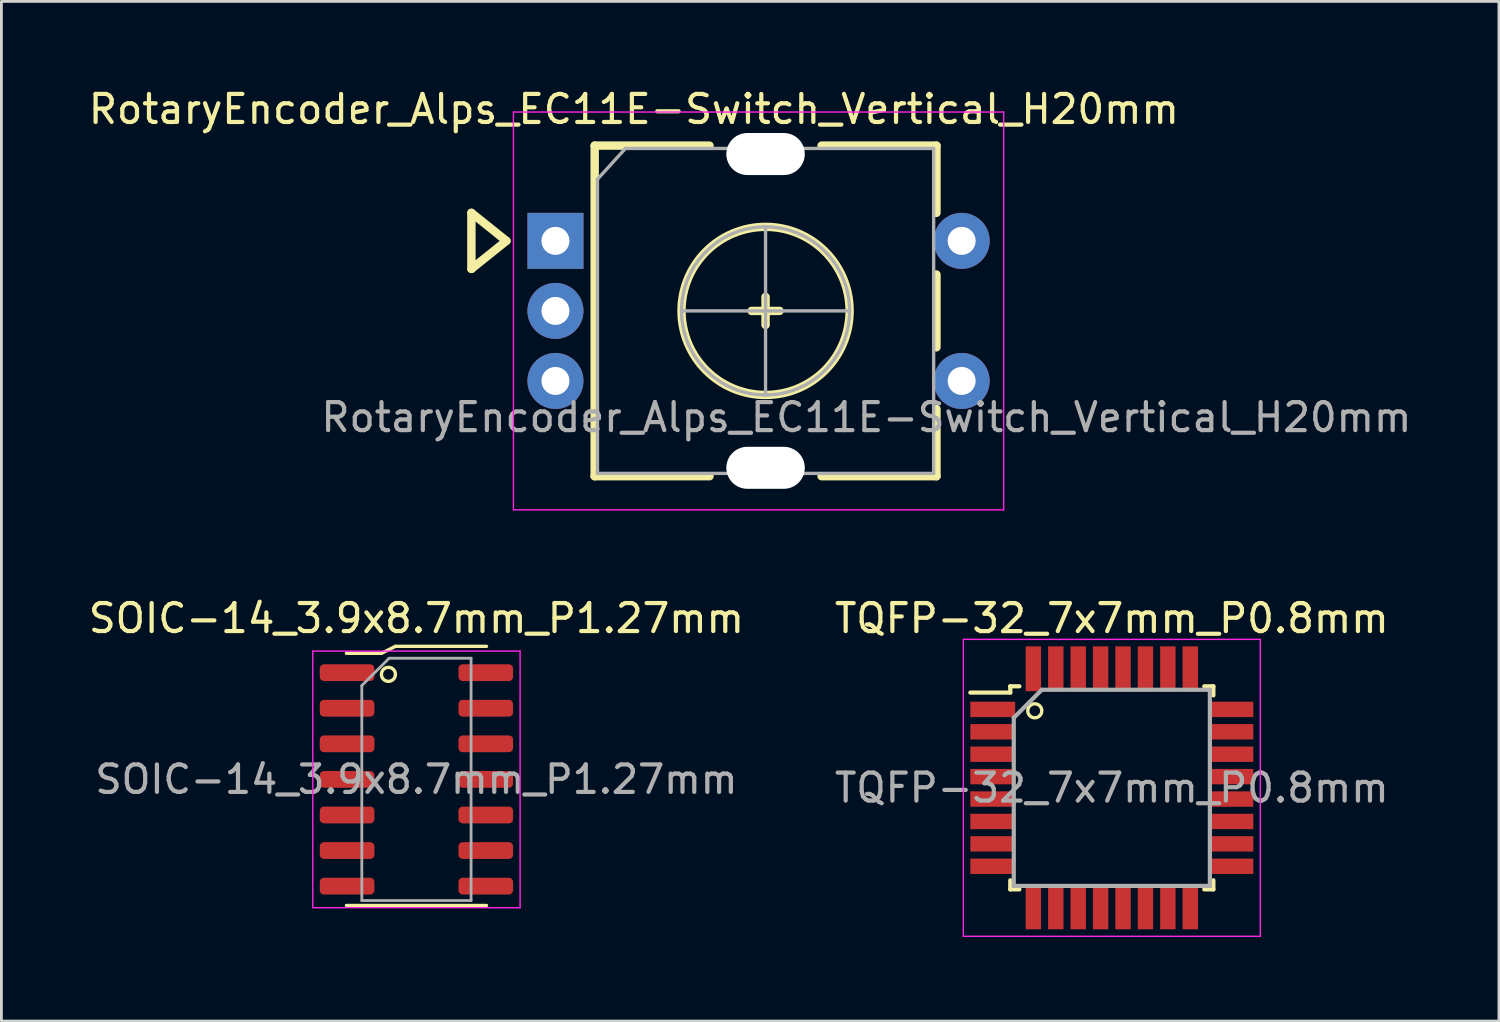
<source format=kicad_pcb>
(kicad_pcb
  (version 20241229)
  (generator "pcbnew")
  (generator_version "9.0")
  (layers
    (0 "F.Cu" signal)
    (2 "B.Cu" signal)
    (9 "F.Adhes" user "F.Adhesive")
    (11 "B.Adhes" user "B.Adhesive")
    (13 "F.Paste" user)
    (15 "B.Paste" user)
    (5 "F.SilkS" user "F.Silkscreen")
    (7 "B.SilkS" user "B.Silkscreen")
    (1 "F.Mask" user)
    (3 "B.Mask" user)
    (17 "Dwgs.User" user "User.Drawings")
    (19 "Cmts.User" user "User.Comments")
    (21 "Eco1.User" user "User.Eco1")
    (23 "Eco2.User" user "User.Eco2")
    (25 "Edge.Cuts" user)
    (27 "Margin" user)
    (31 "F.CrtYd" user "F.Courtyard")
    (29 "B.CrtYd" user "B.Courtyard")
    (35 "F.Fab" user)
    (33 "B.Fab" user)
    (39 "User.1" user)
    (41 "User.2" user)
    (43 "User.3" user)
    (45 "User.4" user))
  (footprint "RotaryEncoder_Alps_EC11E-Switch_Vertical_H20mm"
    (layer "F.Cu")
    (at 16.777 5.548)
    (property "Reference" "RotaryEncoder_Alps_EC11E-Switch_Vertical_H20mm" (at 2.8 -4.7 0) (layer "F.SilkS") (effects (font (size 1 1) (thickness 0.15))))
    (attr through_hole)
    (fp_line (start -3 -1) (end -1.75 0) (stroke (width 0.3) (type solid)) (layer "F.SilkS"))
    (fp_line (start -3 1) (end -3 -1) (stroke (width 0.3) (type solid)) (layer "F.SilkS"))
    (fp_line (start -1.75 0) (end -3 1) (stroke (width 0.3) (type solid)) (layer "F.SilkS"))
    (fp_line (start 1.4 -3.4) (end 1.4 8.4) (stroke (width 0.3) (type solid)) (layer "F.SilkS"))
    (fp_line (start 5.5 -3.4) (end 1.4 -3.4) (stroke (width 0.3) (type solid)) (layer "F.SilkS"))
    (fp_line (start 5.5 8.4) (end 1.4 8.4) (stroke (width 0.3) (type solid)) (layer "F.SilkS"))
    (fp_line (start 7 2.5) (end 8 2.5) (stroke (width 0.3) (type solid)) (layer "F.SilkS"))
    (fp_line (start 7.5 2) (end 7.5 3) (stroke (width 0.3) (type solid)) (layer "F.SilkS"))
    (fp_line (start 9.5 -3.4) (end 13.6 -3.4) (stroke (width 0.3) (type solid)) (layer "F.SilkS"))
    (fp_line (start 13.6 -3.4) (end 13.6 -1) (stroke (width 0.3) (type solid)) (layer "F.SilkS"))
    (fp_line (start 13.6 1.2) (end 13.6 3.8) (stroke (width 0.3) (type solid)) (layer "F.SilkS"))
    (fp_line (start 13.6 6) (end 13.6 8.4) (stroke (width 0.3) (type solid)) (layer "F.SilkS"))
    (fp_line (start 13.6 8.4) (end 9.5 8.4) (stroke (width 0.3) (type solid)) (layer "F.SilkS"))
    (fp_circle (center 7.5 2.5) (end 10.5 2.5) (stroke (width 0.3) (type solid)) (fill no) (layer "F.SilkS"))
    (fp_line (start -1.5 -4.6) (end -1.5 9.6) (stroke (width 0.05) (type solid)) (layer "F.CrtYd"))
    (fp_line (start -1.5 -4.6) (end 16 -4.6) (stroke (width 0.05) (type solid)) (layer "F.CrtYd"))
    (fp_line (start 16 9.6) (end -1.5 9.6) (stroke (width 0.05) (type solid)) (layer "F.CrtYd"))
    (fp_line (start 16 9.6) (end 16 -4.6) (stroke (width 0.05) (type solid)) (layer "F.CrtYd"))
    (fp_line (start 1.5 -2.2) (end 2.5 -3.3) (stroke (width 0.12) (type solid)) (layer "F.Fab"))
    (fp_line (start 1.5 8.3) (end 1.5 -2.2) (stroke (width 0.12) (type solid)) (layer "F.Fab"))
    (fp_line (start 2.5 -3.3) (end 13.5 -3.3) (stroke (width 0.12) (type solid)) (layer "F.Fab"))
    (fp_line (start 4.5 2.5) (end 10.5 2.5) (stroke (width 0.12) (type solid)) (layer "F.Fab"))
    (fp_line (start 7.5 -0.5) (end 7.5 5.5) (stroke (width 0.12) (type solid)) (layer "F.Fab"))
    (fp_line (start 13.5 -3.3) (end 13.5 8.3) (stroke (width 0.12) (type solid)) (layer "F.Fab"))
    (fp_line (start 13.5 8.3) (end 1.5 8.3) (stroke (width 0.12) (type solid)) (layer "F.Fab"))
    (fp_circle (center 7.5 2.5) (end 10.5 2.5) (stroke (width 0.12) (type solid)) (fill no) (layer "F.Fab"))
    (fp_text user "${REFERENCE}" (at 11.1 6.3 0) (layer "F.Fab") (effects (font (size 1 1) (thickness 0.15))))
    (pad "" np_thru_hole oval (at 7.5 -3.1) (size 2.8 1.5) (drill oval 2.8 1.5) (layers "*.Cu" "*.Mask"))
    (pad "" np_thru_hole oval (at 7.5 8.1) (size 2.8 1.5) (drill oval 2.8 1.5) (layers "*.Cu" "*.Mask"))
    (pad "1" thru_hole circle (at 14.5 0) (size 2 2) (drill 1) (layers "*.Cu" "*.Mask"))
    (pad "2" thru_hole circle (at 14.5 5) (size 2 2) (drill 1) (layers "*.Cu" "*.Mask"))
    (pad "A" thru_hole rect (at 0 0) (size 2 2) (drill 1) (layers "*.Cu" "*.Mask"))
    (pad "B" thru_hole circle (at 0 5) (size 2 2) (drill 1) (layers "*.Cu" "*.Mask"))
    (pad "C" thru_hole circle (at 0 2.5) (size 2 2) (drill 1) (layers "*.Cu" "*.Mask")))
  (footprint "SOIC-14_3.9x8.7mm_P1.27mm"
    (layer "F.Cu")
    (at 11.815 24.771)
    (property "Reference" "SOIC-14_3.9x8.7mm_P1.27mm" (at 0 -5.75 0) (layer "F.SilkS") (effects (font (size 1 1) (thickness 0.15))))
    (attr smd)
    (fp_line (start -2.5 -4.5) (end -1.25 -4.5) (stroke (width 0.12) (type solid)) (layer "F.SilkS"))
    (fp_line (start -2.5 4.5) (end 2.5 4.5) (stroke (width 0.12) (type solid)) (layer "F.SilkS"))
    (fp_line (start -1.25 -4.5) (end -0.75 -4.75) (stroke (width 0.12) (type solid)) (layer "F.SilkS"))
    (fp_line (start -0.75 -4.75) (end 2.5 -4.75) (stroke (width 0.12) (type solid)) (layer "F.SilkS"))
    (fp_circle (center -1 -3.75) (end -0.75 -3.75) (stroke (width 0.12) (type solid)) (fill no) (layer "F.SilkS"))
    (fp_line (start -3.7 -4.58) (end -3.7 4.58) (stroke (width 0.05) (type solid)) (layer "F.CrtYd"))
    (fp_line (start -3.7 4.58) (end 3.7 4.58) (stroke (width 0.05) (type solid)) (layer "F.CrtYd"))
    (fp_line (start 3.7 -4.58) (end -3.7 -4.58) (stroke (width 0.05) (type solid)) (layer "F.CrtYd"))
    (fp_line (start 3.7 4.58) (end 3.7 -4.58) (stroke (width 0.05) (type solid)) (layer "F.CrtYd"))
    (fp_line (start -1.95 -3.35) (end -0.975 -4.325) (stroke (width 0.1) (type solid)) (layer "F.Fab"))
    (fp_line (start -1.95 4.325) (end -1.95 -3.35) (stroke (width 0.1) (type solid)) (layer "F.Fab"))
    (fp_line (start -0.975 -4.325) (end 1.95 -4.325) (stroke (width 0.1) (type solid)) (layer "F.Fab"))
    (fp_line (start 1.95 -4.325) (end 1.95 4.325) (stroke (width 0.1) (type solid)) (layer "F.Fab"))
    (fp_line (start 1.95 4.325) (end -1.95 4.325) (stroke (width 0.1) (type solid)) (layer "F.Fab"))
    (fp_text user "${REFERENCE}" (at 0 0 0) (layer "F.Fab") (effects (font (size 0.98 0.98) (thickness 0.15))))
    (pad "1" smd roundrect (at -2.475 -3.81) (size 1.95 0.6) (layers "F.Cu" "F.Mask" "F.Paste") (roundrect_rratio 0.25))
    (pad "2" smd roundrect (at -2.475 -2.54) (size 1.95 0.6) (layers "F.Cu" "F.Mask" "F.Paste") (roundrect_rratio 0.25))
    (pad "3" smd roundrect (at -2.475 -1.27) (size 1.95 0.6) (layers "F.Cu" "F.Mask" "F.Paste") (roundrect_rratio 0.25))
    (pad "4" smd roundrect (at -2.475 0) (size 1.95 0.6) (layers "F.Cu" "F.Mask" "F.Paste") (roundrect_rratio 0.25))
    (pad "5" smd roundrect (at -2.475 1.27) (size 1.95 0.6) (layers "F.Cu" "F.Mask" "F.Paste") (roundrect_rratio 0.25))
    (pad "6" smd roundrect (at -2.475 2.54) (size 1.95 0.6) (layers "F.Cu" "F.Mask" "F.Paste") (roundrect_rratio 0.25))
    (pad "7" smd roundrect (at -2.475 3.81) (size 1.95 0.6) (layers "F.Cu" "F.Mask" "F.Paste") (roundrect_rratio 0.25))
    (pad "8" smd roundrect (at 2.475 3.81) (size 1.95 0.6) (layers "F.Cu" "F.Mask" "F.Paste") (roundrect_rratio 0.25))
    (pad "9" smd roundrect (at 2.475 2.54) (size 1.95 0.6) (layers "F.Cu" "F.Mask" "F.Paste") (roundrect_rratio 0.25))
    (pad "10" smd roundrect (at 2.475 1.27) (size 1.95 0.6) (layers "F.Cu" "F.Mask" "F.Paste") (roundrect_rratio 0.25))
    (pad "11" smd roundrect (at 2.475 0) (size 1.95 0.6) (layers "F.Cu" "F.Mask" "F.Paste") (roundrect_rratio 0.25))
    (pad "12" smd roundrect (at 2.475 -1.27) (size 1.95 0.6) (layers "F.Cu" "F.Mask" "F.Paste") (roundrect_rratio 0.25))
    (pad "13" smd roundrect (at 2.475 -2.54) (size 1.95 0.6) (layers "F.Cu" "F.Mask" "F.Paste") (roundrect_rratio 0.25))
    (pad "14" smd roundrect (at 2.475 -3.81) (size 1.95 0.6) (layers "F.Cu" "F.Mask" "F.Paste") (roundrect_rratio 0.25)))
  (footprint "TQFP-32_7x7mm_P0.8mm"
    (layer "F.Cu")
    (at 36.637 25.072)
    (property "Reference" "TQFP-32_7x7mm_P0.8mm" (at 0 -6.05 0) (layer "F.SilkS") (effects (font (size 1 1) (thickness 0.15))))
    (attr smd)
    (fp_line (start -3.625 -3.625) (end -3.625 -3.4) (stroke (width 0.15) (type solid)) (layer "F.SilkS"))
    (fp_line (start -3.625 -3.625) (end -3.3 -3.625) (stroke (width 0.15) (type solid)) (layer "F.SilkS"))
    (fp_line (start -3.625 -3.4) (end -5.05 -3.4) (stroke (width 0.15) (type solid)) (layer "F.SilkS"))
    (fp_line (start -3.625 3.625) (end -3.625 3.3) (stroke (width 0.15) (type solid)) (layer "F.SilkS"))
    (fp_line (start -3.625 3.625) (end -3.3 3.625) (stroke (width 0.15) (type solid)) (layer "F.SilkS"))
    (fp_line (start 3.625 -3.625) (end 3.3 -3.625) (stroke (width 0.15) (type solid)) (layer "F.SilkS"))
    (fp_line (start 3.625 -3.625) (end 3.625 -3.3) (stroke (width 0.15) (type solid)) (layer "F.SilkS"))
    (fp_line (start 3.625 3.625) (end 3.3 3.625) (stroke (width 0.15) (type solid)) (layer "F.SilkS"))
    (fp_line (start 3.625 3.625) (end 3.625 3.3) (stroke (width 0.15) (type solid)) (layer "F.SilkS"))
    (fp_circle (center -2.75 -2.75) (end -2.5 -2.75) (stroke (width 0.12) (type solid)) (fill no) (layer "F.SilkS"))
    (fp_line (start -5.3 -5.3) (end -5.3 5.3) (stroke (width 0.05) (type solid)) (layer "F.CrtYd"))
    (fp_line (start -5.3 -5.3) (end 5.3 -5.3) (stroke (width 0.05) (type solid)) (layer "F.CrtYd"))
    (fp_line (start -5.3 5.3) (end 5.3 5.3) (stroke (width 0.05) (type solid)) (layer "F.CrtYd"))
    (fp_line (start 5.3 -5.3) (end 5.3 5.3) (stroke (width 0.05) (type solid)) (layer "F.CrtYd"))
    (fp_line (start -3.5 -2.5) (end -2.5 -3.5) (stroke (width 0.15) (type solid)) (layer "F.Fab"))
    (fp_line (start -3.5 3.5) (end -3.5 -2.5) (stroke (width 0.15) (type solid)) (layer "F.Fab"))
    (fp_line (start -2.5 -3.5) (end 3.5 -3.5) (stroke (width 0.15) (type solid)) (layer "F.Fab"))
    (fp_line (start 3.5 -3.5) (end 3.5 3.5) (stroke (width 0.15) (type solid)) (layer "F.Fab"))
    (fp_line (start 3.5 3.5) (end -3.5 3.5) (stroke (width 0.15) (type solid)) (layer "F.Fab"))
    (fp_text user "${REFERENCE}" (at 0 0 0) (layer "F.Fab") (effects (font (size 1 1) (thickness 0.15))))
    (pad "1" smd rect (at -4.25 -2.8) (size 1.6 0.55) (layers "F.Cu" "F.Mask" "F.Paste"))
    (pad "2" smd rect (at -4.25 -2) (size 1.6 0.55) (layers "F.Cu" "F.Mask" "F.Paste"))
    (pad "3" smd rect (at -4.25 -1.2) (size 1.6 0.55) (layers "F.Cu" "F.Mask" "F.Paste"))
    (pad "4" smd rect (at -4.25 -0.4) (size 1.6 0.55) (layers "F.Cu" "F.Mask" "F.Paste"))
    (pad "5" smd rect (at -4.25 0.4) (size 1.6 0.55) (layers "F.Cu" "F.Mask" "F.Paste"))
    (pad "6" smd rect (at -4.25 1.2) (size 1.6 0.55) (layers "F.Cu" "F.Mask" "F.Paste"))
    (pad "7" smd rect (at -4.25 2) (size 1.6 0.55) (layers "F.Cu" "F.Mask" "F.Paste"))
    (pad "8" smd rect (at -4.25 2.8) (size 1.6 0.55) (layers "F.Cu" "F.Mask" "F.Paste"))
    (pad "9" smd rect (at -2.8 4.25 90) (size 1.6 0.55) (layers "F.Cu" "F.Mask" "F.Paste"))
    (pad "10" smd rect (at -2 4.25 90) (size 1.6 0.55) (layers "F.Cu" "F.Mask" "F.Paste"))
    (pad "11" smd rect (at -1.2 4.25 90) (size 1.6 0.55) (layers "F.Cu" "F.Mask" "F.Paste"))
    (pad "12" smd rect (at -0.4 4.25 90) (size 1.6 0.55) (layers "F.Cu" "F.Mask" "F.Paste"))
    (pad "13" smd rect (at 0.4 4.25 90) (size 1.6 0.55) (layers "F.Cu" "F.Mask" "F.Paste"))
    (pad "14" smd rect (at 1.2 4.25 90) (size 1.6 0.55) (layers "F.Cu" "F.Mask" "F.Paste"))
    (pad "15" smd rect (at 2 4.25 90) (size 1.6 0.55) (layers "F.Cu" "F.Mask" "F.Paste"))
    (pad "16" smd rect (at 2.8 4.25 90) (size 1.6 0.55) (layers "F.Cu" "F.Mask" "F.Paste"))
    (pad "17" smd rect (at 4.25 2.8) (size 1.6 0.55) (layers "F.Cu" "F.Mask" "F.Paste"))
    (pad "18" smd rect (at 4.25 2) (size 1.6 0.55) (layers "F.Cu" "F.Mask" "F.Paste"))
    (pad "19" smd rect (at 4.25 1.2) (size 1.6 0.55) (layers "F.Cu" "F.Mask" "F.Paste"))
    (pad "20" smd rect (at 4.25 0.4) (size 1.6 0.55) (layers "F.Cu" "F.Mask" "F.Paste"))
    (pad "21" smd rect (at 4.25 -0.4) (size 1.6 0.55) (layers "F.Cu" "F.Mask" "F.Paste"))
    (pad "22" smd rect (at 4.25 -1.2) (size 1.6 0.55) (layers "F.Cu" "F.Mask" "F.Paste"))
    (pad "23" smd rect (at 4.25 -2) (size 1.6 0.55) (layers "F.Cu" "F.Mask" "F.Paste"))
    (pad "24" smd rect (at 4.25 -2.8) (size 1.6 0.55) (layers "F.Cu" "F.Mask" "F.Paste"))
    (pad "25" smd rect (at 2.8 -4.25 90) (size 1.6 0.55) (layers "F.Cu" "F.Mask" "F.Paste"))
    (pad "26" smd rect (at 2 -4.25 90) (size 1.6 0.55) (layers "F.Cu" "F.Mask" "F.Paste"))
    (pad "27" smd rect (at 1.2 -4.25 90) (size 1.6 0.55) (layers "F.Cu" "F.Mask" "F.Paste"))
    (pad "28" smd rect (at 0.4 -4.25 90) (size 1.6 0.55) (layers "F.Cu" "F.Mask" "F.Paste"))
    (pad "29" smd rect (at -0.4 -4.25 90) (size 1.6 0.55) (layers "F.Cu" "F.Mask" "F.Paste"))
    (pad "30" smd rect (at -1.2 -4.25 90) (size 1.6 0.55) (layers "F.Cu" "F.Mask" "F.Paste"))
    (pad "31" smd rect (at -2 -4.25 90) (size 1.6 0.55) (layers "F.Cu" "F.Mask" "F.Paste"))
    (pad "32" smd rect (at -2.8 -4.25 90) (size 1.6 0.55) (layers "F.Cu" "F.Mask" "F.Paste")))
  (gr_rect
    (start -3 -3)
    (end 50.455 33.397)
    (stroke (width 0.1) (type default))
    (fill no)
    (layer "Edge.Cuts")))
</source>
